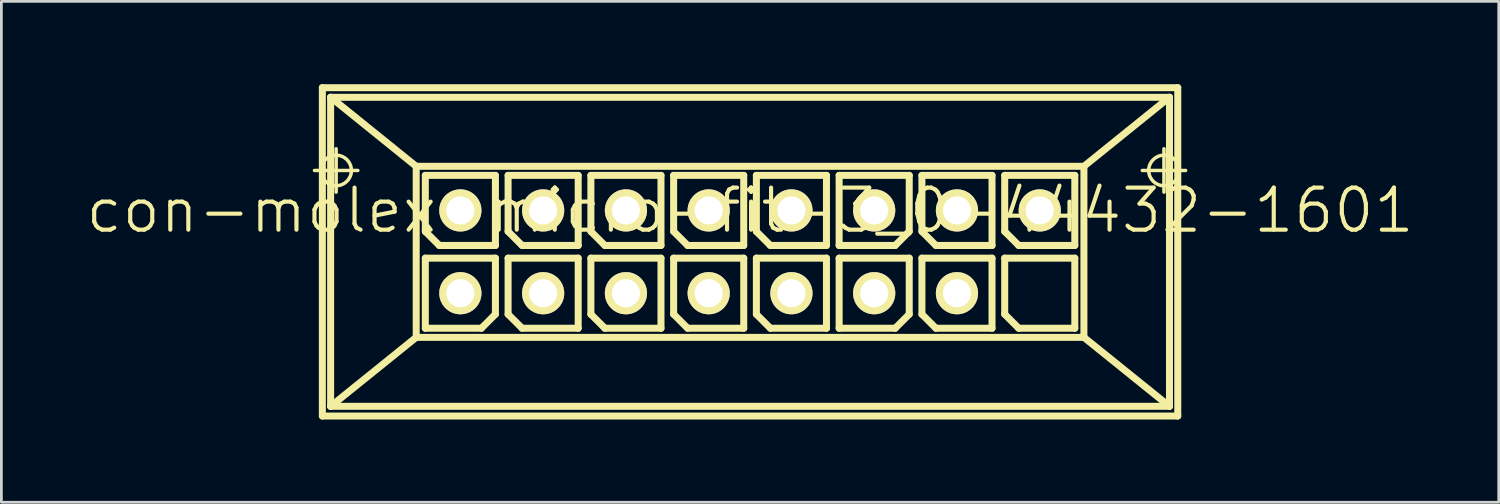
<source format=kicad_pcb>
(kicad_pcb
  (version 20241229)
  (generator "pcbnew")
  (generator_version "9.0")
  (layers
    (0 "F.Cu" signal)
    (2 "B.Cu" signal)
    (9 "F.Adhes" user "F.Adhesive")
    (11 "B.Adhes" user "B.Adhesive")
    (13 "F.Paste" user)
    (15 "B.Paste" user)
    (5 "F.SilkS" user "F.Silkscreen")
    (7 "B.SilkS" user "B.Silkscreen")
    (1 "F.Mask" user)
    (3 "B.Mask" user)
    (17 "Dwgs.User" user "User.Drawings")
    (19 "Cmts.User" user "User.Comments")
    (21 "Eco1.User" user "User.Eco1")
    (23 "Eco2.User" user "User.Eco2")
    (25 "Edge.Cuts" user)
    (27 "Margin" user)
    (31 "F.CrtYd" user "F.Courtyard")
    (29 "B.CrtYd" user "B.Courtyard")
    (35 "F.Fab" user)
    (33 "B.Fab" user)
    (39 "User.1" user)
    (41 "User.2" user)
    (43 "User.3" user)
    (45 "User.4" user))
  (footprint "con-molex-micro-fit-3_0-44432-1601"
    (layer "F.Cu")
    (at 24.13 4.575)
    (property "Reference" "con-molex-micro-fit-3_0-44432-1601" (at 0 0 0) (layer "F.SilkS") (effects (font (size 1.524 1.524) (thickness 0.15))))
    (attr exclude_from_pos_files exclude_from_bom)
    (fp_line (start -15.784 -1.448) (end -14.214 -1.448) (stroke (width 0.127) (type solid)) (layer "F.SilkS"))
    (fp_line (start -15.499 -4.448) (end 15.499 -4.448) (stroke (width 0.254) (type solid)) (layer "F.SilkS"))
    (fp_line (start -15.499 7.45) (end -15.499 -4.448) (stroke (width 0.254) (type solid)) (layer "F.SilkS"))
    (fp_line (start -15.199 -4.1) (end -12.098 -1.598) (stroke (width 0.254) (type solid)) (layer "F.SilkS"))
    (fp_line (start -15.199 -4.1) (end 15.199 -4.1) (stroke (width 0.254) (type solid)) (layer "F.SilkS"))
    (fp_line (start -15.199 7.099) (end -15.199 -4.1) (stroke (width 0.254) (type solid)) (layer "F.SilkS"))
    (fp_line (start -14.999 -0.663) (end -14.999 -2.233) (stroke (width 0.127) (type solid)) (layer "F.SilkS"))
    (fp_line (start -12.098 -1.598) (end -12.098 4.6) (stroke (width 0.254) (type solid)) (layer "F.SilkS"))
    (fp_line (start -12.098 -1.598) (end 12.098 -1.598) (stroke (width 0.254) (type solid)) (layer "F.SilkS"))
    (fp_line (start -12.098 4.6) (end -15.199 7.099) (stroke (width 0.254) (type solid)) (layer "F.SilkS"))
    (fp_line (start -12.098 4.6) (end 12.098 4.6) (stroke (width 0.254) (type solid)) (layer "F.SilkS"))
    (fp_line (start -11.768 -1.27) (end -9.228 -1.27) (stroke (width 0.254) (type solid)) (layer "F.SilkS"))
    (fp_line (start -11.768 0.762) (end -11.768 -1.27) (stroke (width 0.254) (type solid)) (layer "F.SilkS"))
    (fp_line (start -11.768 1.73) (end -9.228 1.73) (stroke (width 0.254) (type solid)) (layer "F.SilkS"))
    (fp_line (start -11.768 4.27) (end -11.768 1.73) (stroke (width 0.254) (type solid)) (layer "F.SilkS"))
    (fp_line (start -11.26 1.27) (end -11.768 0.762) (stroke (width 0.254) (type solid)) (layer "F.SilkS"))
    (fp_line (start -9.736 4.27) (end -11.768 4.27) (stroke (width 0.254) (type solid)) (layer "F.SilkS"))
    (fp_line (start -9.228 -1.27) (end -9.228 1.27) (stroke (width 0.254) (type solid)) (layer "F.SilkS"))
    (fp_line (start -9.228 1.27) (end -11.26 1.27) (stroke (width 0.254) (type solid)) (layer "F.SilkS"))
    (fp_line (start -9.228 1.73) (end -9.228 3.762) (stroke (width 0.254) (type solid)) (layer "F.SilkS"))
    (fp_line (start -9.228 3.762) (end -9.736 4.27) (stroke (width 0.254) (type solid)) (layer "F.SilkS"))
    (fp_line (start -8.768 -1.27) (end -6.228 -1.27) (stroke (width 0.254) (type solid)) (layer "F.SilkS"))
    (fp_line (start -8.768 0.762) (end -8.768 -1.27) (stroke (width 0.254) (type solid)) (layer "F.SilkS"))
    (fp_line (start -8.768 1.73) (end -6.228 1.73) (stroke (width 0.254) (type solid)) (layer "F.SilkS"))
    (fp_line (start -8.768 3.762) (end -8.768 1.73) (stroke (width 0.254) (type solid)) (layer "F.SilkS"))
    (fp_line (start -8.26 1.27) (end -8.768 0.762) (stroke (width 0.254) (type solid)) (layer "F.SilkS"))
    (fp_line (start -8.26 4.27) (end -8.768 3.762) (stroke (width 0.254) (type solid)) (layer "F.SilkS"))
    (fp_line (start -6.228 -1.27) (end -6.228 1.27) (stroke (width 0.254) (type solid)) (layer "F.SilkS"))
    (fp_line (start -6.228 1.27) (end -8.26 1.27) (stroke (width 0.254) (type solid)) (layer "F.SilkS"))
    (fp_line (start -6.228 1.73) (end -6.228 4.27) (stroke (width 0.254) (type solid)) (layer "F.SilkS"))
    (fp_line (start -6.228 4.27) (end -8.26 4.27) (stroke (width 0.254) (type solid)) (layer "F.SilkS"))
    (fp_line (start -5.768 -1.27) (end -3.228 -1.27) (stroke (width 0.254) (type solid)) (layer "F.SilkS"))
    (fp_line (start -5.768 0.762) (end -5.768 -1.27) (stroke (width 0.254) (type solid)) (layer "F.SilkS"))
    (fp_line (start -5.768 1.73) (end -3.228 1.73) (stroke (width 0.254) (type solid)) (layer "F.SilkS"))
    (fp_line (start -5.768 3.762) (end -5.768 1.73) (stroke (width 0.254) (type solid)) (layer "F.SilkS"))
    (fp_line (start -5.26 1.27) (end -5.768 0.762) (stroke (width 0.254) (type solid)) (layer "F.SilkS"))
    (fp_line (start -5.26 4.27) (end -5.768 3.762) (stroke (width 0.254) (type solid)) (layer "F.SilkS"))
    (fp_line (start -3.228 -1.27) (end -3.228 1.27) (stroke (width 0.254) (type solid)) (layer "F.SilkS"))
    (fp_line (start -3.228 1.27) (end -5.26 1.27) (stroke (width 0.254) (type solid)) (layer "F.SilkS"))
    (fp_line (start -3.228 1.73) (end -3.228 4.27) (stroke (width 0.254) (type solid)) (layer "F.SilkS"))
    (fp_line (start -3.228 4.27) (end -5.26 4.27) (stroke (width 0.254) (type solid)) (layer "F.SilkS"))
    (fp_line (start -2.769 -1.27) (end -0.229 -1.27) (stroke (width 0.254) (type solid)) (layer "F.SilkS"))
    (fp_line (start -2.769 0.762) (end -2.769 -1.27) (stroke (width 0.254) (type solid)) (layer "F.SilkS"))
    (fp_line (start -2.769 1.73) (end -0.229 1.73) (stroke (width 0.254) (type solid)) (layer "F.SilkS"))
    (fp_line (start -2.769 3.762) (end -2.769 1.73) (stroke (width 0.254) (type solid)) (layer "F.SilkS"))
    (fp_line (start -2.261 1.27) (end -2.769 0.762) (stroke (width 0.254) (type solid)) (layer "F.SilkS"))
    (fp_line (start -2.261 4.27) (end -2.769 3.762) (stroke (width 0.254) (type solid)) (layer "F.SilkS"))
    (fp_line (start -0.229 -1.27) (end -0.229 1.27) (stroke (width 0.254) (type solid)) (layer "F.SilkS"))
    (fp_line (start -0.229 1.27) (end -2.261 1.27) (stroke (width 0.254) (type solid)) (layer "F.SilkS"))
    (fp_line (start -0.229 1.73) (end -0.229 4.27) (stroke (width 0.254) (type solid)) (layer "F.SilkS"))
    (fp_line (start -0.229 4.27) (end -2.261 4.27) (stroke (width 0.254) (type solid)) (layer "F.SilkS"))
    (fp_line (start 0.229 -1.27) (end 2.769 -1.27) (stroke (width 0.254) (type solid)) (layer "F.SilkS"))
    (fp_line (start 0.229 0.762) (end 0.229 -1.27) (stroke (width 0.254) (type solid)) (layer "F.SilkS"))
    (fp_line (start 0.229 1.73) (end 2.769 1.73) (stroke (width 0.254) (type solid)) (layer "F.SilkS"))
    (fp_line (start 0.229 3.762) (end 0.229 1.73) (stroke (width 0.254) (type solid)) (layer "F.SilkS"))
    (fp_line (start 0.737 1.27) (end 0.229 0.762) (stroke (width 0.254) (type solid)) (layer "F.SilkS"))
    (fp_line (start 0.737 4.27) (end 0.229 3.762) (stroke (width 0.254) (type solid)) (layer "F.SilkS"))
    (fp_line (start 2.769 -1.27) (end 2.769 1.27) (stroke (width 0.254) (type solid)) (layer "F.SilkS"))
    (fp_line (start 2.769 1.27) (end 0.737 1.27) (stroke (width 0.254) (type solid)) (layer "F.SilkS"))
    (fp_line (start 2.769 1.73) (end 2.769 4.27) (stroke (width 0.254) (type solid)) (layer "F.SilkS"))
    (fp_line (start 2.769 4.27) (end 0.737 4.27) (stroke (width 0.254) (type solid)) (layer "F.SilkS"))
    (fp_line (start 3.228 -1.27) (end 5.768 -1.27) (stroke (width 0.254) (type solid)) (layer "F.SilkS"))
    (fp_line (start 3.228 1.27) (end 3.228 -1.27) (stroke (width 0.254) (type solid)) (layer "F.SilkS"))
    (fp_line (start 3.228 1.73) (end 5.768 1.73) (stroke (width 0.254) (type solid)) (layer "F.SilkS"))
    (fp_line (start 3.228 4.27) (end 3.228 1.73) (stroke (width 0.254) (type solid)) (layer "F.SilkS"))
    (fp_line (start 5.26 1.27) (end 3.228 1.27) (stroke (width 0.254) (type solid)) (layer "F.SilkS"))
    (fp_line (start 5.26 4.27) (end 3.228 4.27) (stroke (width 0.254) (type solid)) (layer "F.SilkS"))
    (fp_line (start 5.768 -1.27) (end 5.768 0.762) (stroke (width 0.254) (type solid)) (layer "F.SilkS"))
    (fp_line (start 5.768 0.762) (end 5.26 1.27) (stroke (width 0.254) (type solid)) (layer "F.SilkS"))
    (fp_line (start 5.768 1.73) (end 5.768 3.762) (stroke (width 0.254) (type solid)) (layer "F.SilkS"))
    (fp_line (start 5.768 3.762) (end 5.26 4.27) (stroke (width 0.254) (type solid)) (layer "F.SilkS"))
    (fp_line (start 6.228 -1.27) (end 8.768 -1.27) (stroke (width 0.254) (type solid)) (layer "F.SilkS"))
    (fp_line (start 6.228 0.762) (end 6.228 -1.27) (stroke (width 0.254) (type solid)) (layer "F.SilkS"))
    (fp_line (start 6.228 1.73) (end 8.768 1.73) (stroke (width 0.254) (type solid)) (layer "F.SilkS"))
    (fp_line (start 6.228 3.762) (end 6.228 1.73) (stroke (width 0.254) (type solid)) (layer "F.SilkS"))
    (fp_line (start 6.736 1.27) (end 6.228 0.762) (stroke (width 0.254) (type solid)) (layer "F.SilkS"))
    (fp_line (start 6.736 4.27) (end 6.228 3.762) (stroke (width 0.254) (type solid)) (layer "F.SilkS"))
    (fp_line (start 8.768 -1.27) (end 8.768 1.27) (stroke (width 0.254) (type solid)) (layer "F.SilkS"))
    (fp_line (start 8.768 1.27) (end 6.736 1.27) (stroke (width 0.254) (type solid)) (layer "F.SilkS"))
    (fp_line (start 8.768 1.73) (end 8.768 4.27) (stroke (width 0.254) (type solid)) (layer "F.SilkS"))
    (fp_line (start 8.768 4.27) (end 6.736 4.27) (stroke (width 0.254) (type solid)) (layer "F.SilkS"))
    (fp_line (start 9.228 -1.27) (end 11.768 -1.27) (stroke (width 0.254) (type solid)) (layer "F.SilkS"))
    (fp_line (start 9.228 0.762) (end 9.228 -1.27) (stroke (width 0.254) (type solid)) (layer "F.SilkS"))
    (fp_line (start 9.228 1.73) (end 11.768 1.73) (stroke (width 0.254) (type solid)) (layer "F.SilkS"))
    (fp_line (start 9.228 3.762) (end 9.228 1.73) (stroke (width 0.254) (type solid)) (layer "F.SilkS"))
    (fp_line (start 9.736 1.27) (end 9.228 0.762) (stroke (width 0.254) (type solid)) (layer "F.SilkS"))
    (fp_line (start 9.736 4.27) (end 9.228 3.762) (stroke (width 0.254) (type solid)) (layer "F.SilkS"))
    (fp_line (start 11.768 -1.27) (end 11.768 1.27) (stroke (width 0.254) (type solid)) (layer "F.SilkS"))
    (fp_line (start 11.768 1.27) (end 9.736 1.27) (stroke (width 0.254) (type solid)) (layer "F.SilkS"))
    (fp_line (start 11.768 1.73) (end 11.768 4.27) (stroke (width 0.254) (type solid)) (layer "F.SilkS"))
    (fp_line (start 11.768 4.27) (end 9.736 4.27) (stroke (width 0.254) (type solid)) (layer "F.SilkS"))
    (fp_line (start 12.098 -1.598) (end 15.199 -4.1) (stroke (width 0.254) (type solid)) (layer "F.SilkS"))
    (fp_line (start 12.098 4.6) (end 12.098 -1.598) (stroke (width 0.254) (type solid)) (layer "F.SilkS"))
    (fp_line (start 12.098 4.6) (end 15.199 7.099) (stroke (width 0.254) (type solid)) (layer "F.SilkS"))
    (fp_line (start 14.214 -1.448) (end 15.784 -1.448) (stroke (width 0.127) (type solid)) (layer "F.SilkS"))
    (fp_line (start 14.999 -0.663) (end 14.999 -2.233) (stroke (width 0.127) (type solid)) (layer "F.SilkS"))
    (fp_line (start 15.199 -4.1) (end 15.199 7.099) (stroke (width 0.254) (type solid)) (layer "F.SilkS"))
    (fp_line (start 15.199 7.099) (end -15.199 7.099) (stroke (width 0.254) (type solid)) (layer "F.SilkS"))
    (fp_line (start 15.499 -4.448) (end 15.499 7.45) (stroke (width 0.254) (type solid)) (layer "F.SilkS"))
    (fp_line (start 15.499 7.45) (end -15.499 7.45) (stroke (width 0.254) (type solid)) (layer "F.SilkS"))
    (fp_circle (center -14.999 -1.448) (end -15.39 -1.839) (stroke (width 0.127) (type solid)) (fill no) (layer "F.SilkS"))
    (fp_circle (center 14.999 -1.448) (end 15.39 -1.839) (stroke (width 0.127) (type solid)) (fill no) (layer "F.SilkS"))
    (pad "P$1" thru_hole rect (at 10.498 3) (size 0.001 0.001) (drill 1.019) (layers "*.Cu" "F.Mask" "F.SilkS" "F.Paste"))
    (pad "P$2" thru_hole circle (at 7.498 3) (size 1.529 1.529) (drill 1.019) (layers "*.Cu" "F.Mask" "F.SilkS" "F.Paste"))
    (pad "P$3" thru_hole circle (at 4.498 3) (size 1.529 1.529) (drill 1.019) (layers "*.Cu" "F.Mask" "F.SilkS" "F.Paste"))
    (pad "P$4" thru_hole circle (at 1.499 3) (size 1.529 1.529) (drill 1.019) (layers "*.Cu" "F.Mask" "F.SilkS" "F.Paste"))
    (pad "P$5" thru_hole circle (at -1.499 3) (size 1.529 1.529) (drill 1.019) (layers "*.Cu" "F.Mask" "F.SilkS" "F.Paste"))
    (pad "P$6" thru_hole circle (at -4.498 3) (size 1.529 1.529) (drill 1.019) (layers "*.Cu" "F.Mask" "F.SilkS" "F.Paste"))
    (pad "P$7" thru_hole circle (at -7.498 3) (size 1.529 1.529) (drill 1.019) (layers "*.Cu" "F.Mask" "F.SilkS" "F.Paste"))
    (pad "P$8" thru_hole circle (at -10.498 3) (size 1.529 1.529) (drill 1.019) (layers "*.Cu" "F.Mask" "F.SilkS" "F.Paste"))
    (pad "P$9" thru_hole circle (at 10.498 0) (size 1.529 1.529) (drill 1.019) (layers "*.Cu" "F.Mask" "F.SilkS" "F.Paste"))
    (pad "P$10" thru_hole circle (at 7.498 0) (size 1.529 1.529) (drill 1.019) (layers "*.Cu" "F.Mask" "F.SilkS" "F.Paste"))
    (pad "P$11" thru_hole circle (at 4.498 0) (size 1.529 1.529) (drill 1.019) (layers "*.Cu" "F.Mask" "F.SilkS" "F.Paste"))
    (pad "P$12" thru_hole circle (at 1.499 0) (size 1.529 1.529) (drill 1.019) (layers "*.Cu" "F.Mask" "F.SilkS" "F.Paste"))
    (pad "P$13" thru_hole circle (at -1.499 0) (size 1.529 1.529) (drill 1.019) (layers "*.Cu" "F.Mask" "F.SilkS" "F.Paste"))
    (pad "P$14" thru_hole circle (at -4.498 0) (size 1.529 1.529) (drill 1.019) (layers "*.Cu" "F.Mask" "F.SilkS" "F.Paste"))
    (pad "P$15" thru_hole circle (at -7.498 0) (size 1.529 1.529) (drill 1.019) (layers "*.Cu" "F.Mask" "F.SilkS" "F.Paste"))
    (pad "P$16" thru_hole circle (at -10.498 0) (size 1.529 1.529) (drill 1.019) (layers "*.Cu" "F.Mask" "F.SilkS" "F.Paste")))
  (gr_rect
    (start -3 -3)
    (end 51.26 15.151)
    (stroke (width 0.1) (type default))
    (fill no)
    (layer "Edge.Cuts")))
</source>
